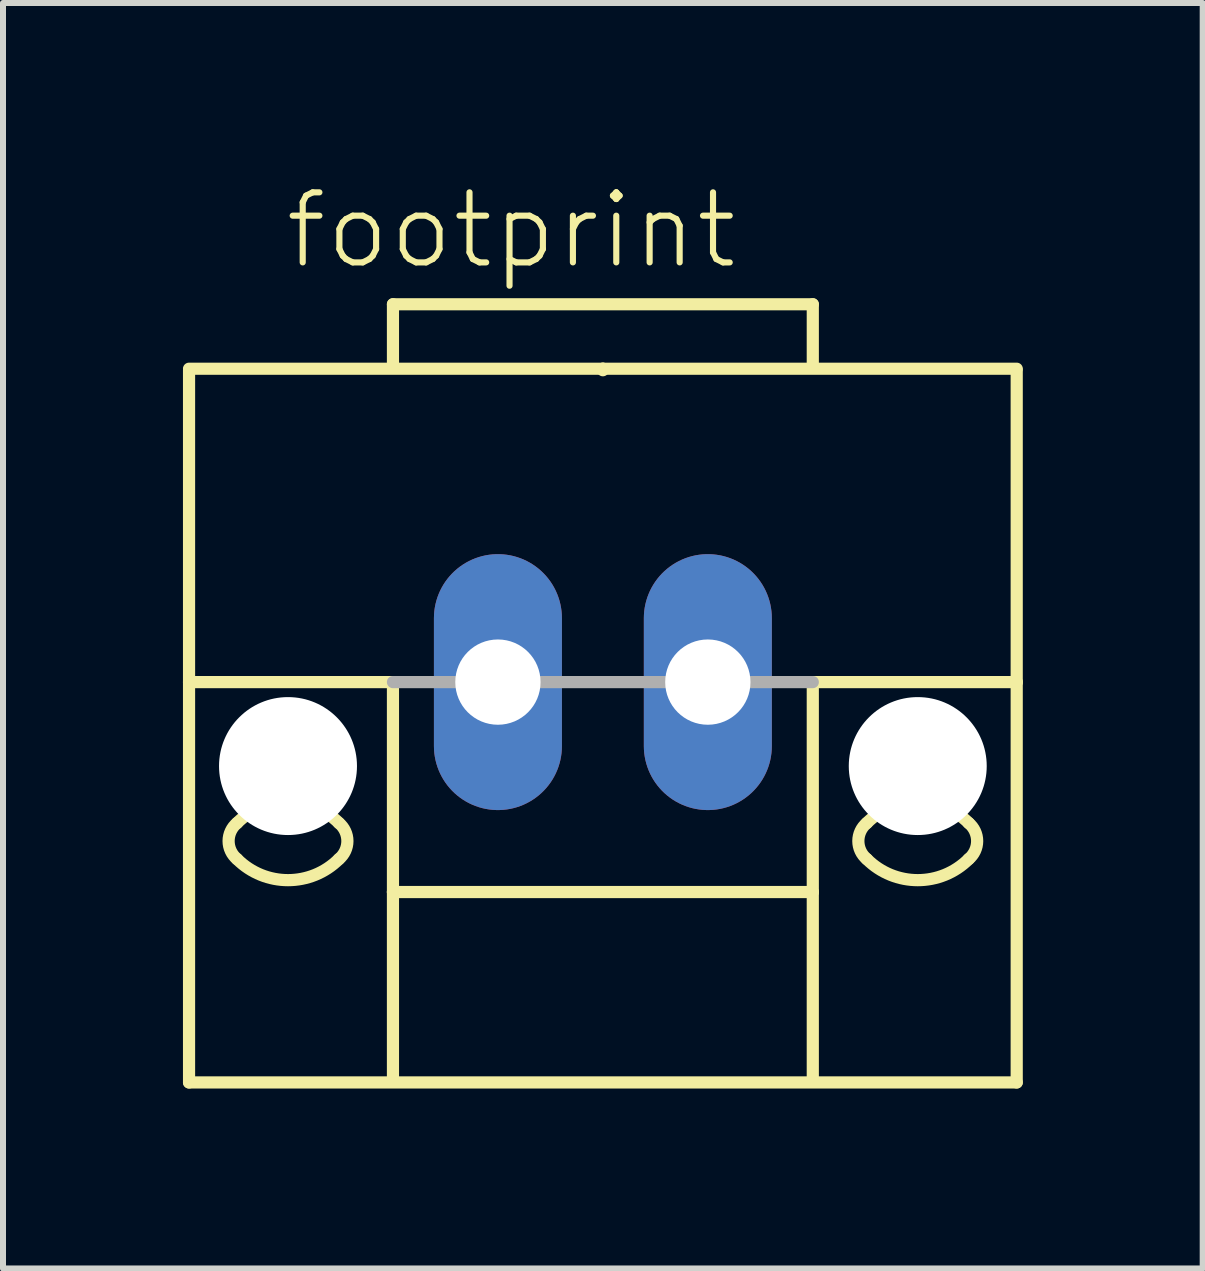
<source format=kicad_pcb>
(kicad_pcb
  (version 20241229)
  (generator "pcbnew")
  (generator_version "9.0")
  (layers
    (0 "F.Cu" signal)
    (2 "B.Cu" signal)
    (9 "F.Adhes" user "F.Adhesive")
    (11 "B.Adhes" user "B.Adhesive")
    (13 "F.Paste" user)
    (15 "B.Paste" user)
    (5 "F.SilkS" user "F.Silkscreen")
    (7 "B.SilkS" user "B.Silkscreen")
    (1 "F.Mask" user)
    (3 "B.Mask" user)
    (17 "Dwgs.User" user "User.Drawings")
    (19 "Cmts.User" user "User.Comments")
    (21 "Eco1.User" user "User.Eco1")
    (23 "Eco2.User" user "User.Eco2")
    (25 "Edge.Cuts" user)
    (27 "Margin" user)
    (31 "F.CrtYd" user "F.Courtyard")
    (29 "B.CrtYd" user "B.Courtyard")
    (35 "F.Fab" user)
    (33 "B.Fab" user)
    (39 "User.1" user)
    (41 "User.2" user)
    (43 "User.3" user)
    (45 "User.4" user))
  (footprint "footprint"
    (layer "F.Cu")
    (at 7.002 8.323)
    (property "Reference" "footprint" (at -5.35 -6.85 0) (layer "F.SilkS") (effects (font (size 1.168 1.168) (thickness 0.102)) (justify left bottom)))
    (fp_line (start -6.9 -5.225) (end 0 -5.225) (stroke (width 0.203) (type solid)) (layer "F.SilkS"))
    (fp_line (start -6.9 -5.2) (end -6.9 0) (stroke (width 0.203) (type solid)) (layer "F.SilkS"))
    (fp_line (start -6.9 0) (end -6.9 6.675) (stroke (width 0.203) (type solid)) (layer "F.SilkS"))
    (fp_line (start -6.9 0) (end -3.5 0) (stroke (width 0.203) (type solid)) (layer "F.SilkS"))
    (fp_line (start -6.9 6.675) (end 6.9 6.675) (stroke (width 0.203) (type solid)) (layer "F.SilkS"))
    (fp_line (start -3.5 -6.3) (end 3.5 -6.3) (stroke (width 0.203) (type solid)) (layer "F.SilkS"))
    (fp_line (start -3.5 -5.3) (end -3.5 -6.3) (stroke (width 0.203) (type solid)) (layer "F.SilkS"))
    (fp_line (start -3.5 0) (end -3.5 3.5) (stroke (width 0.203) (type solid)) (layer "F.SilkS"))
    (fp_line (start -3.5 3.5) (end 3.5 3.5) (stroke (width 0.203) (type solid)) (layer "F.SilkS"))
    (fp_line (start -3.5 6.65) (end -3.5 3.5) (stroke (width 0.203) (type solid)) (layer "F.SilkS"))
    (fp_line (start 0 -5.225) (end 6.9 -5.225) (stroke (width 0.203) (type solid)) (layer "F.SilkS"))
    (fp_line (start 0 -5.2) (end 0 -5.225) (stroke (width 0.203) (type solid)) (layer "F.SilkS"))
    (fp_line (start 3.5 -6.3) (end 3.5 -5.3) (stroke (width 0.203) (type solid)) (layer "F.SilkS"))
    (fp_line (start 3.5 3.5) (end 3.5 0) (stroke (width 0.203) (type solid)) (layer "F.SilkS"))
    (fp_line (start 3.5 6.65) (end 3.5 3.5) (stroke (width 0.203) (type solid)) (layer "F.SilkS"))
    (fp_line (start 6.9 0) (end 3.5 0) (stroke (width 0.203) (type solid)) (layer "F.SilkS"))
    (fp_line (start 6.9 0) (end 6.9 -5.2) (stroke (width 0.203) (type solid)) (layer "F.SilkS"))
    (fp_line (start 6.9 6.675) (end 6.9 0) (stroke (width 0.203) (type solid)) (layer "F.SilkS"))
    (fp_arc (start -6.1 2.35) (mid -5.25 1.997918) (end -4.4 2.35) (stroke (width 0.2032) (type solid)) (layer "F.SilkS"))
    (fp_arc (start -6.1 2.95) (mid -6.240512 2.65) (end -6.1 2.35) (stroke (width 0.2032) (type solid)) (layer "F.SilkS"))
    (fp_arc (start -4.4 2.95) (mid -5.25 3.302082) (end -6.1 2.95) (stroke (width 0.2032) (type solid)) (layer "F.SilkS"))
    (fp_arc (start -4.399999 2.350001) (mid -4.259487 2.650001) (end -4.4 2.95) (stroke (width 0.2032) (type solid)) (layer "F.SilkS"))
    (fp_arc (start 4.399999 2.949999) (mid 4.259487 2.649999) (end 4.4 2.35) (stroke (width 0.2032) (type solid)) (layer "F.SilkS"))
    (fp_arc (start 4.4 2.35) (mid 5.25 1.997918) (end 6.1 2.35) (stroke (width 0.2032) (type solid)) (layer "F.SilkS"))
    (fp_arc (start 6.1 2.35) (mid 6.240512 2.65) (end 6.1 2.95) (stroke (width 0.2032) (type solid)) (layer "F.SilkS"))
    (fp_arc (start 6.1 2.95) (mid 5.25 3.302082) (end 4.4 2.95) (stroke (width 0.2032) (type solid)) (layer "F.SilkS"))
    (fp_line (start 3.5 0) (end -3.5 0) (stroke (width 0.203) (type solid)) (layer "F.Fab"))
    (pad "" np_thru_hole circle (at -5.25 1.4) (size 2.3 2.3) (drill 2.3) (layers "*.Cu" "*.Mask"))
    (pad "" np_thru_hole circle (at 5.25 1.4) (size 2.3 2.3) (drill 2.3) (layers "*.Cu" "*.Mask"))
    (pad "1" thru_hole oval (at -1.75 0 90) (size 4.267 2.134) (drill 1.422) (layers "*.Cu" "*.Mask"))
    (pad "2" thru_hole oval (at 1.75 0 90) (size 4.267 2.134) (drill 1.422) (layers "*.Cu" "*.Mask")))
  (gr_rect
    (start -3 -3)
    (end 17.003 18.1)
    (stroke (width 0.1) (type default))
    (fill no)
    (layer "Edge.Cuts")))
</source>
